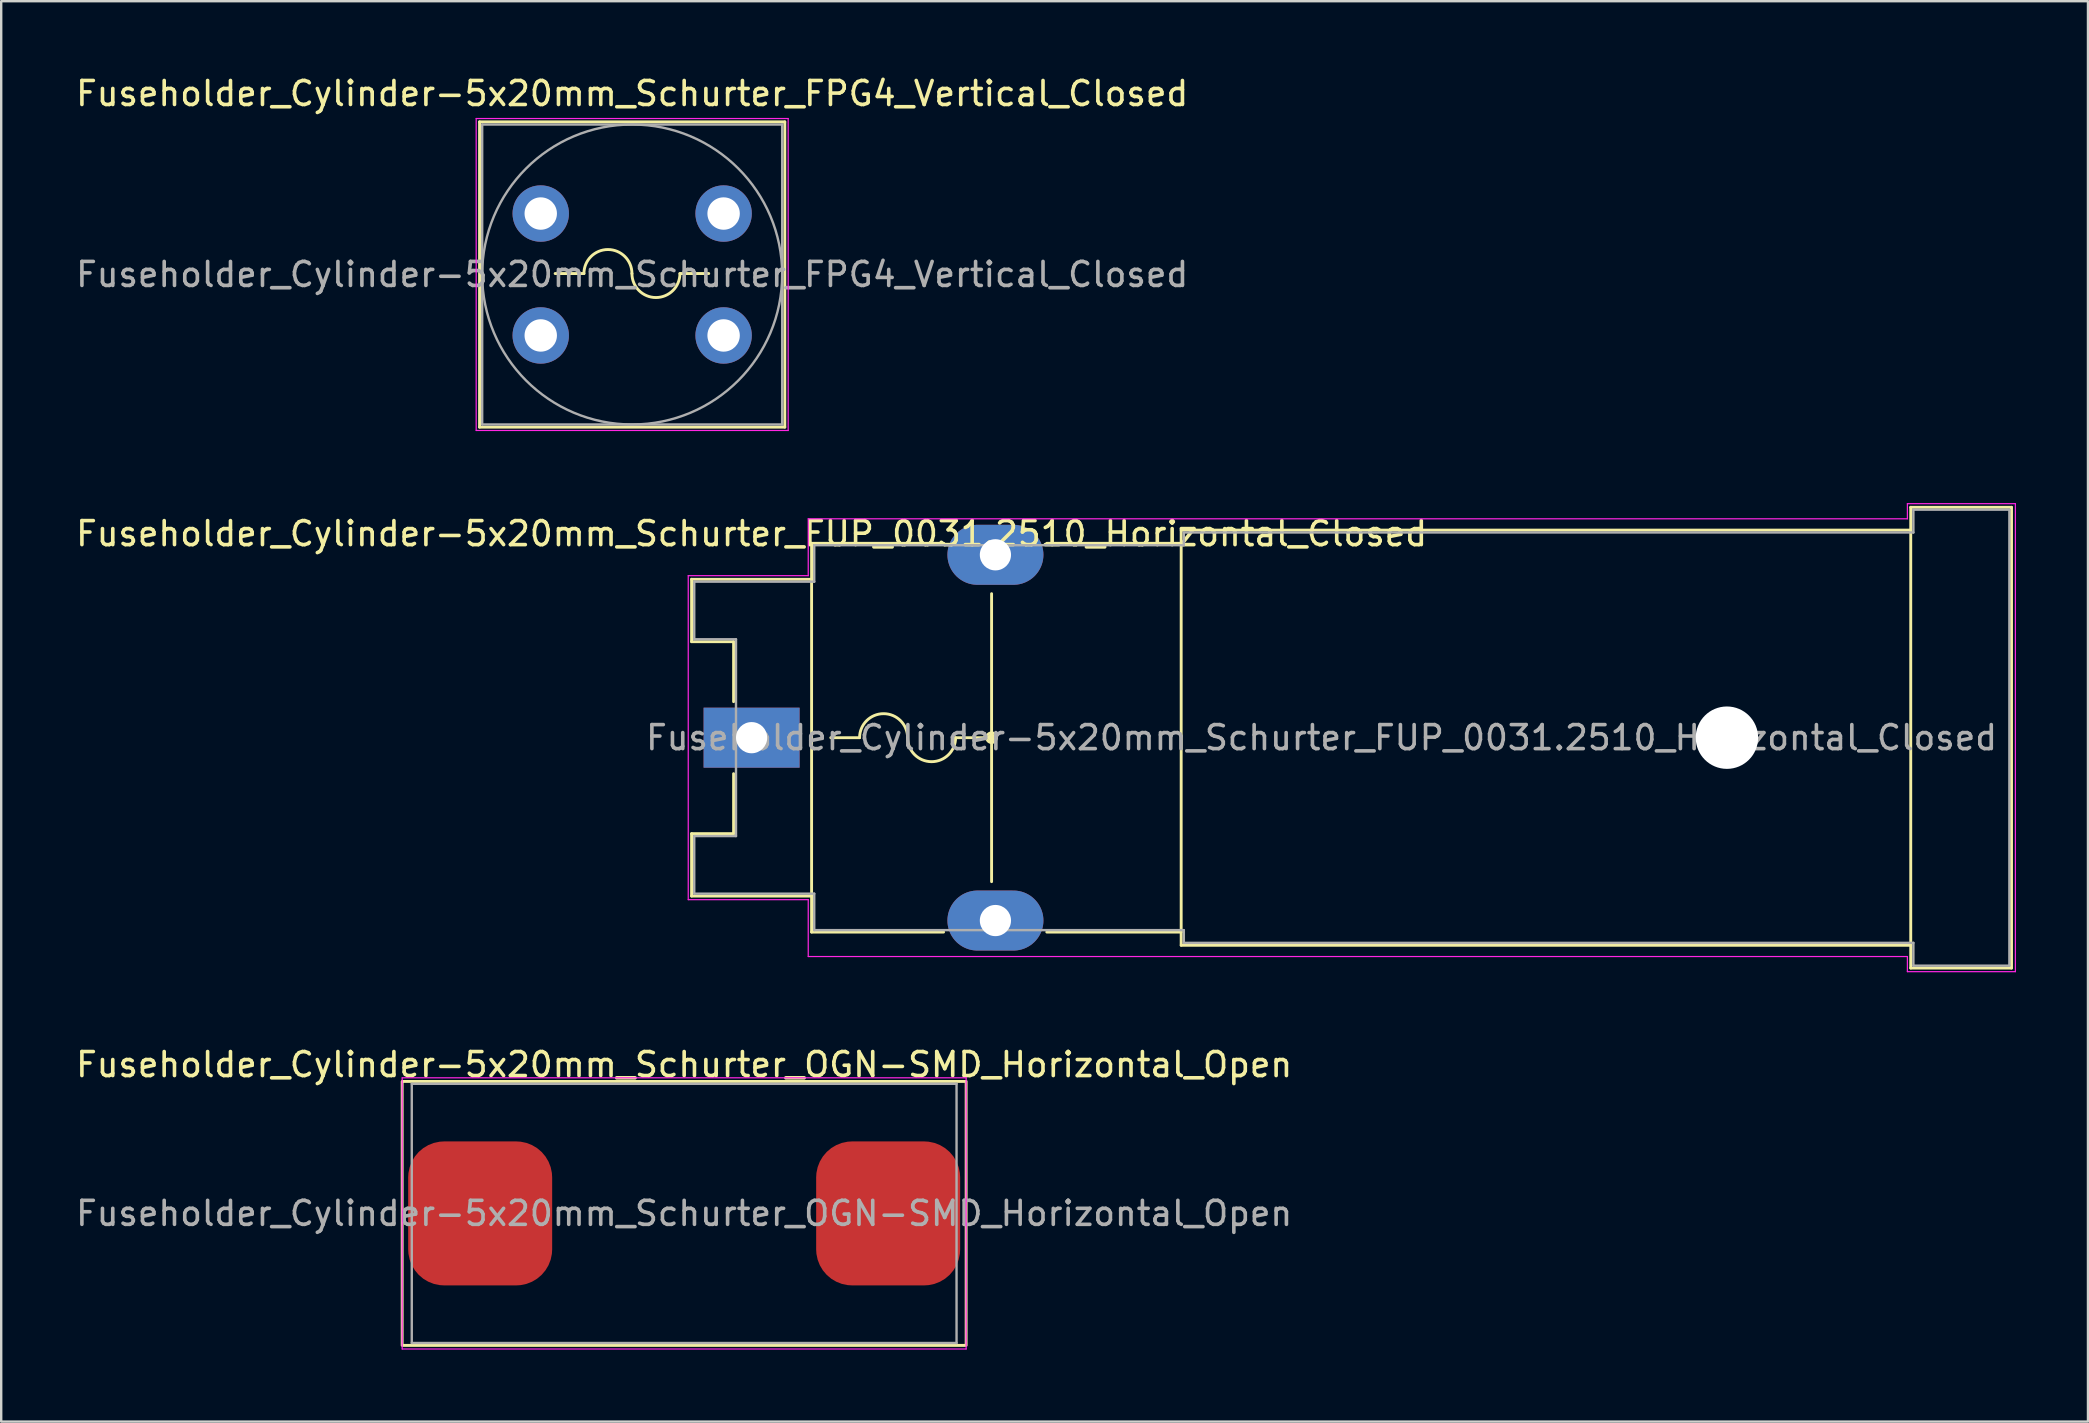
<source format=kicad_pcb>
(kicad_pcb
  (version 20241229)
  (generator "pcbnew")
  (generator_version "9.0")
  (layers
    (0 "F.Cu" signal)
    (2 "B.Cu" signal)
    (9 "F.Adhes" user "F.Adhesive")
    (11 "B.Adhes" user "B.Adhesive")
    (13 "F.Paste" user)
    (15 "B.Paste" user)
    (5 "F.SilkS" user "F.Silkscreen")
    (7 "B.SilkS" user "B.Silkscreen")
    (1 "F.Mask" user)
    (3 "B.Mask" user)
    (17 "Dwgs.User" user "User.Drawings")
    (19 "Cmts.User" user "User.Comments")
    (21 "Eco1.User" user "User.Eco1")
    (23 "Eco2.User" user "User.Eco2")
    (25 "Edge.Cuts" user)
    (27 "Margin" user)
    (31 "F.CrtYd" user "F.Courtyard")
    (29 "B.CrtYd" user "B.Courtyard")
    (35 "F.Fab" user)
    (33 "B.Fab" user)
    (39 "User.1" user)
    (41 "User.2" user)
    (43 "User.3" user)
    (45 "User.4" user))
  (footprint "Fuseholder_Cylinder-5x20mm_Schurter_FUP_0031.2510_Horizontal_Closed"
    (layer "F.Cu")
    (at 28.268 27.688)
    (property "Reference" "Fuseholder_Cylinder-5x20mm_Schurter_FUP_0031.2510_Horizontal_Closed" (at 0 -8.5 0) (layer "F.SilkS") (effects (font (size 1 1) (thickness 0.15))))
    (fp_line (start -2.5 -6.6) (end 2.5 -6.6) (stroke (width 0.12) (type solid)) (layer "F.SilkS"))
    (fp_line (start -2.5 -4) (end -2.5 -6.6) (stroke (width 0.12) (type solid)) (layer "F.SilkS"))
    (fp_line (start -2.5 4) (end -0.75 4) (stroke (width 0.12) (type solid)) (layer "F.SilkS"))
    (fp_line (start -2.5 6.6) (end -2.5 4) (stroke (width 0.12) (type solid)) (layer "F.SilkS"))
    (fp_line (start -2.5 6.6) (end 2.5 6.6) (stroke (width 0.12) (type solid)) (layer "F.SilkS"))
    (fp_line (start -0.75 -4) (end -2.5 -4) (stroke (width 0.12) (type solid)) (layer "F.SilkS"))
    (fp_line (start -0.75 -1.5) (end -0.75 -4) (stroke (width 0.12) (type solid)) (layer "F.SilkS"))
    (fp_line (start -0.75 4) (end -0.75 1.5) (stroke (width 0.12) (type solid)) (layer "F.SilkS"))
    (fp_line (start 2.5 -8.1) (end 8 -8.1) (stroke (width 0.12) (type solid)) (layer "F.SilkS"))
    (fp_line (start 2.5 8.1) (end 2.5 -8.1) (stroke (width 0.12) (type solid)) (layer "F.SilkS"))
    (fp_line (start 2.5 8.1) (end 8 8.1) (stroke (width 0.12) (type solid)) (layer "F.SilkS"))
    (fp_line (start 4.5 0) (end 3.3 0) (stroke (width 0.12) (type solid)) (layer "F.SilkS"))
    (fp_line (start 9.7 0) (end 8.5 0) (stroke (width 0.12) (type solid)) (layer "F.SilkS"))
    (fp_line (start 9.7 0) (end 10 0) (stroke (width 0.12) (type solid)) (layer "F.SilkS"))
    (fp_line (start 10 0) (end 10 -6) (stroke (width 0.12) (type solid)) (layer "F.SilkS"))
    (fp_line (start 10 0) (end 10 6) (stroke (width 0.12) (type solid)) (layer "F.SilkS"))
    (fp_line (start 12.3 -8.1) (end 17.9 -8.1) (stroke (width 0.12) (type solid)) (layer "F.SilkS"))
    (fp_line (start 12.3 8.1) (end 17.9 8.1) (stroke (width 0.12) (type solid)) (layer "F.SilkS"))
    (fp_line (start 17.9 -8.65) (end 48.3 -8.65) (stroke (width 0.12) (type solid)) (layer "F.SilkS"))
    (fp_line (start 17.9 8.65) (end 17.9 -8.65) (stroke (width 0.12) (type solid)) (layer "F.SilkS"))
    (fp_line (start 17.9 8.65) (end 48.3 8.65) (stroke (width 0.12) (type solid)) (layer "F.SilkS"))
    (fp_line (start 48.3 -9.6) (end 52.5 -9.6) (stroke (width 0.12) (type solid)) (layer "F.SilkS"))
    (fp_line (start 48.3 9.6) (end 48.3 -9.6) (stroke (width 0.12) (type solid)) (layer "F.SilkS"))
    (fp_line (start 48.3 9.6) (end 52.5 9.6) (stroke (width 0.12) (type solid)) (layer "F.SilkS"))
    (fp_line (start 52.5 -9.6) (end 52.5 9.6) (stroke (width 0.12) (type solid)) (layer "F.SilkS"))
    (fp_arc (start 4.5 0) (mid 5.5 -1) (end 6.5 0) (stroke (width 0.12) (type solid)) (layer "F.SilkS"))
    (fp_arc (start 8.5 0) (mid 7.5 1) (end 6.5 0) (stroke (width 0.12) (type solid)) (layer "F.SilkS"))
    (fp_circle (center 10 0) (end 10.1 -0.025) (stroke (width 0.12) (type solid)) (fill no) (layer "F.SilkS"))
    (fp_circle (center 10 0) (end 10.175 -0.1) (stroke (width 0.12) (type solid)) (fill no) (layer "F.SilkS"))
    (fp_line (start -2.64 -6.75) (end 2.36 -6.75) (stroke (width 0.05) (type solid)) (layer "F.CrtYd"))
    (fp_line (start -2.64 6.75) (end -2.64 -6.75) (stroke (width 0.05) (type solid)) (layer "F.CrtYd"))
    (fp_line (start -2.64 6.75) (end 2.36 6.75) (stroke (width 0.05) (type solid)) (layer "F.CrtYd"))
    (fp_line (start 2.36 -9.12) (end 2.36 -6.75) (stroke (width 0.05) (type solid)) (layer "F.CrtYd"))
    (fp_line (start 2.36 -9.12) (end 48.16 -9.12) (stroke (width 0.05) (type solid)) (layer "F.CrtYd"))
    (fp_line (start 2.36 6.75) (end 2.36 9.12) (stroke (width 0.05) (type solid)) (layer "F.CrtYd"))
    (fp_line (start 48.16 -9.75) (end 48.16 -9.12) (stroke (width 0.05) (type solid)) (layer "F.CrtYd"))
    (fp_line (start 48.16 -9.75) (end 52.66 -9.75) (stroke (width 0.05) (type solid)) (layer "F.CrtYd"))
    (fp_line (start 48.16 9.12) (end 2.36 9.12) (stroke (width 0.05) (type solid)) (layer "F.CrtYd"))
    (fp_line (start 48.16 9.12) (end 48.16 9.75) (stroke (width 0.05) (type solid)) (layer "F.CrtYd"))
    (fp_line (start 48.16 9.75) (end 52.66 9.75) (stroke (width 0.05) (type solid)) (layer "F.CrtYd"))
    (fp_line (start 52.66 -9.75) (end 52.66 9.75) (stroke (width 0.05) (type solid)) (layer "F.CrtYd"))
    (fp_line (start -2.39 -4.1) (end -2.39 -6.5) (stroke (width 0.1) (type solid)) (layer "F.Fab"))
    (fp_line (start -2.39 -4.1) (end -0.65 -4.1) (stroke (width 0.1) (type solid)) (layer "F.Fab"))
    (fp_line (start -2.39 4.1) (end -2.39 6.5) (stroke (width 0.1) (type solid)) (layer "F.Fab"))
    (fp_line (start -2.39 6.5) (end 2.61 6.5) (stroke (width 0.1) (type solid)) (layer "F.Fab"))
    (fp_line (start -0.65 -4.1) (end -0.65 4.1) (stroke (width 0.1) (type solid)) (layer "F.Fab"))
    (fp_line (start -0.65 4.1) (end -2.39 4.1) (stroke (width 0.1) (type solid)) (layer "F.Fab"))
    (fp_line (start 2.61 -8.02) (end 2.61 -6.5) (stroke (width 0.1) (type solid)) (layer "F.Fab"))
    (fp_line (start 2.61 -6.5) (end -2.39 -6.5) (stroke (width 0.1) (type solid)) (layer "F.Fab"))
    (fp_line (start 2.61 6.5) (end 2.61 8.02) (stroke (width 0.1) (type solid)) (layer "F.Fab"))
    (fp_line (start 2.61 8.02) (end 18.01 8.02) (stroke (width 0.1) (type solid)) (layer "F.Fab"))
    (fp_line (start 18.01 -8.55) (end 18.01 -8.02) (stroke (width 0.1) (type solid)) (layer "F.Fab"))
    (fp_line (start 18.01 -8.02) (end 2.61 -8.02) (stroke (width 0.1) (type solid)) (layer "F.Fab"))
    (fp_line (start 18.01 8.02) (end 18.01 8.55) (stroke (width 0.1) (type solid)) (layer "F.Fab"))
    (fp_line (start 18.01 8.55) (end 48.41 8.55) (stroke (width 0.1) (type solid)) (layer "F.Fab"))
    (fp_line (start 48.41 -9.5) (end 48.41 -8.55) (stroke (width 0.1) (type solid)) (layer "F.Fab"))
    (fp_line (start 48.41 -8.55) (end 18.01 -8.55) (stroke (width 0.1) (type solid)) (layer "F.Fab"))
    (fp_line (start 48.41 8.55) (end 48.41 9.5) (stroke (width 0.1) (type solid)) (layer "F.Fab"))
    (fp_line (start 48.41 9.5) (end 52.41 9.5) (stroke (width 0.1) (type solid)) (layer "F.Fab"))
    (fp_line (start 52.41 -9.5) (end 48.41 -9.5) (stroke (width 0.1) (type solid)) (layer "F.Fab"))
    (fp_line (start 52.41 -9.5) (end 52.41 9.5) (stroke (width 0.1) (type solid)) (layer "F.Fab"))
    (fp_text user "${REFERENCE}" (at 23.75 0 0) (layer "F.Fab") (effects (font (size 1 1) (thickness 0.15))))
    (pad "" np_thru_hole circle (at 40.64 0) (size 2.6 2.6) (drill 2.6) (layers "*.Cu" "*.Mask"))
    (pad "1" thru_hole rect (at 0 0) (size 4 2.5) (drill 1.3) (layers "*.Cu" "*.Mask"))
    (pad "2" thru_hole oval (at 10.16 -7.62) (size 4 2.5) (drill 1.3) (layers "*.Cu" "*.Mask"))
    (pad "2" thru_hole oval (at 10.16 7.62) (size 4 2.5) (drill 1.3) (layers "*.Cu" "*.Mask")))
  (footprint "Fuseholder_Cylinder-5x20mm_Schurter_FPG4_Vertical_Closed"
    (layer "F.Cu")
    (at 19.482 5.848)
    (property "Reference" "Fuseholder_Cylinder-5x20mm_Schurter_FPG4_Vertical_Closed" (at 3.81 -5 0) (layer "F.SilkS") (effects (font (size 1 1) (thickness 0.15))))
    (fp_line (start -2.55 -3.82) (end 10.17 -3.82) (stroke (width 0.12) (type solid)) (layer "F.SilkS"))
    (fp_line (start -2.55 8.9) (end -2.55 -3.82) (stroke (width 0.12) (type solid)) (layer "F.SilkS"))
    (fp_line (start 1.8 2.5) (end 0.6 2.5) (stroke (width 0.12) (type solid)) (layer "F.SilkS"))
    (fp_line (start 7 2.5) (end 5.8 2.5) (stroke (width 0.12) (type solid)) (layer "F.SilkS"))
    (fp_line (start 10.17 -3.82) (end 10.17 8.9) (stroke (width 0.12) (type solid)) (layer "F.SilkS"))
    (fp_line (start 10.17 8.9) (end -2.55 8.9) (stroke (width 0.12) (type solid)) (layer "F.SilkS"))
    (fp_arc (start 1.8 2.5) (mid 2.8 1.5) (end 3.8 2.5) (stroke (width 0.12) (type solid)) (layer "F.SilkS"))
    (fp_arc (start 5.8 2.5) (mid 4.8 3.5) (end 3.8 2.5) (stroke (width 0.12) (type solid)) (layer "F.SilkS"))
    (fp_line (start -2.69 -3.96) (end 10.31 -3.96) (stroke (width 0.05) (type solid)) (layer "F.CrtYd"))
    (fp_line (start -2.69 9.04) (end -2.69 -3.96) (stroke (width 0.05) (type solid)) (layer "F.CrtYd"))
    (fp_line (start 10.31 -3.96) (end 10.31 9.04) (stroke (width 0.05) (type solid)) (layer "F.CrtYd"))
    (fp_line (start 10.31 9.04) (end -2.69 9.04) (stroke (width 0.05) (type solid)) (layer "F.CrtYd"))
    (fp_line (start -2.44 -3.71) (end 10.06 -3.71) (stroke (width 0.1) (type solid)) (layer "F.Fab"))
    (fp_line (start -2.44 8.79) (end -2.44 -3.71) (stroke (width 0.1) (type solid)) (layer "F.Fab"))
    (fp_line (start 10.06 -3.71) (end 10.06 8.79) (stroke (width 0.1) (type solid)) (layer "F.Fab"))
    (fp_line (start 10.06 8.79) (end -2.44 8.79) (stroke (width 0.1) (type solid)) (layer "F.Fab"))
    (fp_circle (center 3.81 2.54) (end 10.06 2.54) (stroke (width 0.1) (type solid)) (fill no) (layer "F.Fab"))
    (fp_text user "${REFERENCE}" (at 3.81 2.54 0) (layer "F.Fab") (effects (font (size 1 1) (thickness 0.15))))
    (pad "1" thru_hole circle (at 0 0) (size 2.35 2.35) (drill 1.35) (layers "*.Cu" "*.Mask"))
    (pad "1" thru_hole circle (at 0 5.08) (size 2.35 2.35) (drill 1.35) (layers "*.Cu" "*.Mask"))
    (pad "2" thru_hole circle (at 7.62 0) (size 2.35 2.35) (drill 1.35) (layers "*.Cu" "*.Mask"))
    (pad "2" thru_hole circle (at 7.62 5.08) (size 2.35 2.35) (drill 1.35) (layers "*.Cu" "*.Mask")))
  (footprint "Fuseholder_Cylinder-5x20mm_Schurter_OGN-SMD_Horizontal_Open"
    (layer "F.Cu")
    (at 25.458 47.511)
    (property "Reference" "Fuseholder_Cylinder-5x20mm_Schurter_OGN-SMD_Horizontal_Open" (at 0 -6.2 0) (layer "F.SilkS") (effects (font (size 1 1) (thickness 0.15))))
    (attr smd)
    (fp_rect (start -11.75 -5.5) (end 11.75 5.5) (stroke (width 0.12) (type solid)) (fill no) (layer "F.SilkS"))
    (fp_line (start -11.75 -5.65) (end 11.75 -5.65) (stroke (width 0.05) (type solid)) (layer "F.CrtYd"))
    (fp_line (start -11.75 5.65) (end -11.75 -5.65) (stroke (width 0.05) (type solid)) (layer "F.CrtYd"))
    (fp_line (start 11.75 5.65) (end -11.75 5.65) (stroke (width 0.05) (type solid)) (layer "F.CrtYd"))
    (fp_line (start 11.75 5.65) (end 11.75 -5.65) (stroke (width 0.05) (type solid)) (layer "F.CrtYd"))
    (fp_line (start -11.35 -5.4) (end -11.35 5.4) (stroke (width 0.1) (type solid)) (layer "F.Fab"))
    (fp_line (start -11.35 -5.4) (end 11.35 -5.4) (stroke (width 0.1) (type solid)) (layer "F.Fab"))
    (fp_line (start 11.35 -5.4) (end 11.35 5.4) (stroke (width 0.1) (type solid)) (layer "F.Fab"))
    (fp_line (start 11.35 5.4) (end -11.35 5.4) (stroke (width 0.1) (type solid)) (layer "F.Fab"))
    (fp_text user "${REFERENCE}" (at 0 0 0) (layer "F.Fab") (effects (font (size 1 1) (thickness 0.15))))
    (pad "1" smd roundrect (at -8.5 0) (size 6 6) (layers "F.Cu" "F.Mask" "F.Paste") (roundrect_rratio 0.25))
    (pad "2" smd roundrect (at 8.5 0) (size 6 6) (layers "F.Cu" "F.Mask" "F.Paste") (roundrect_rratio 0.25)))
  (gr_rect
    (start -3 -3)
    (end 83.953 56.187)
    (stroke (width 0.1) (type default))
    (fill no)
    (layer "Edge.Cuts")))
</source>
